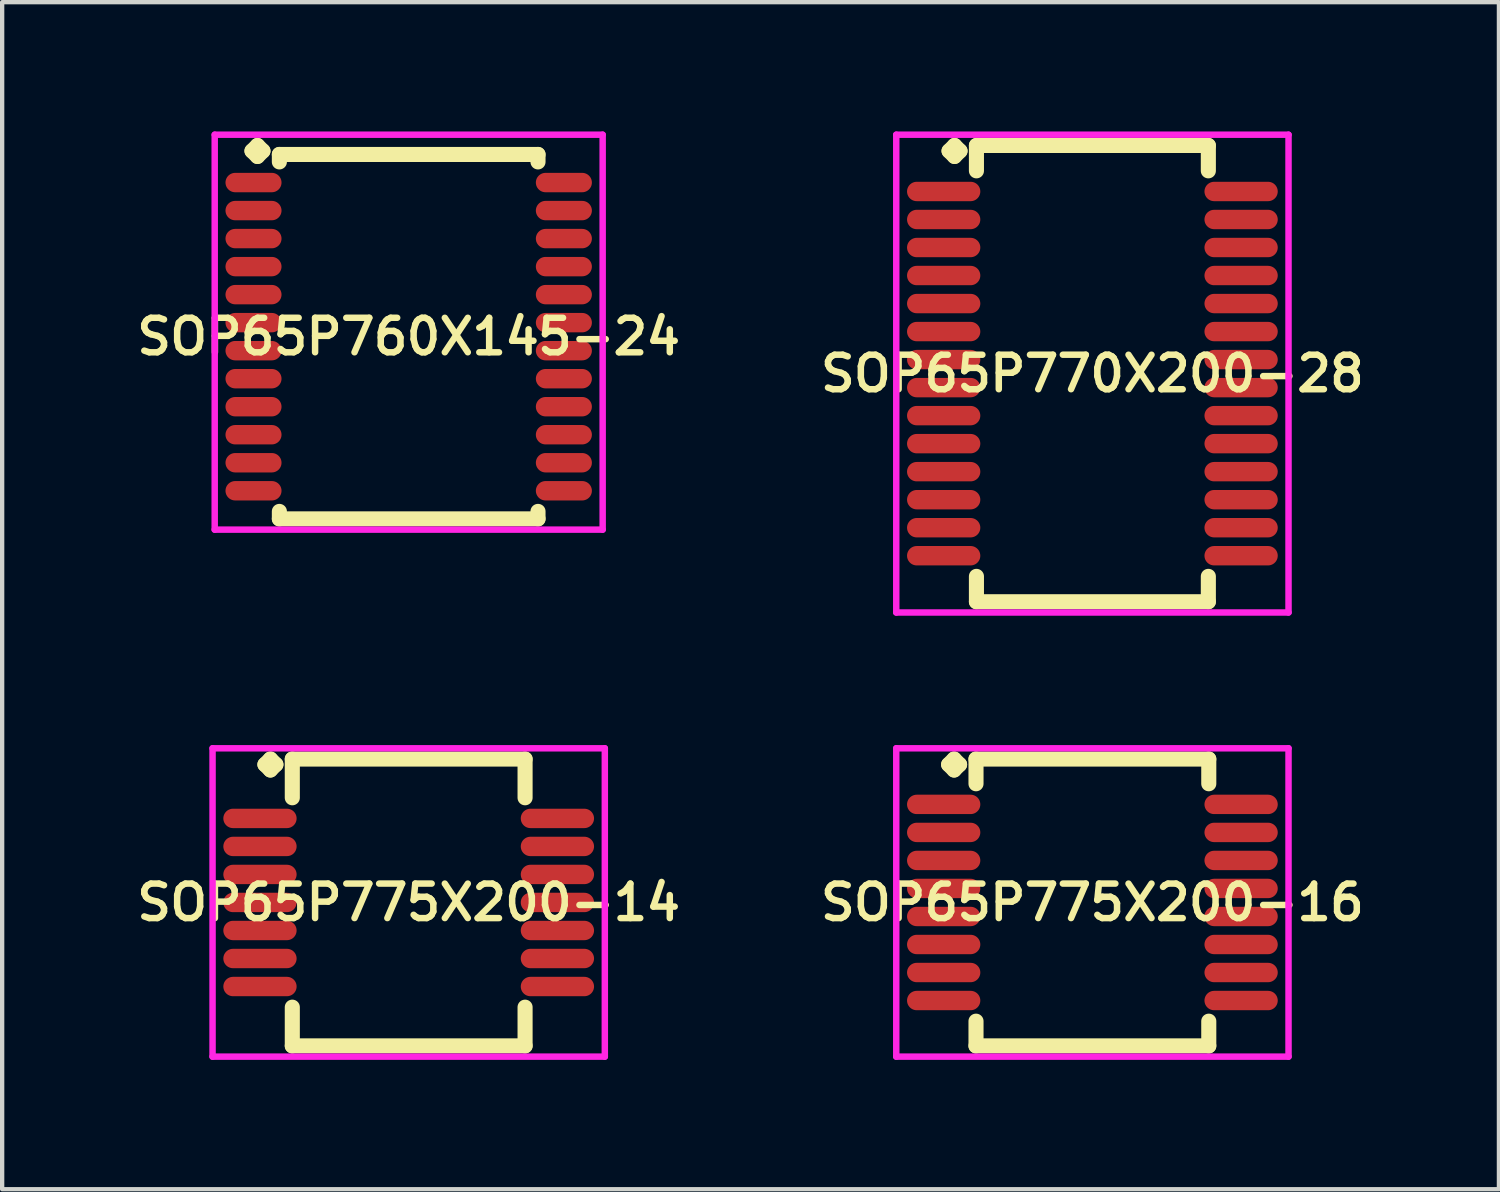
<source format=kicad_pcb>
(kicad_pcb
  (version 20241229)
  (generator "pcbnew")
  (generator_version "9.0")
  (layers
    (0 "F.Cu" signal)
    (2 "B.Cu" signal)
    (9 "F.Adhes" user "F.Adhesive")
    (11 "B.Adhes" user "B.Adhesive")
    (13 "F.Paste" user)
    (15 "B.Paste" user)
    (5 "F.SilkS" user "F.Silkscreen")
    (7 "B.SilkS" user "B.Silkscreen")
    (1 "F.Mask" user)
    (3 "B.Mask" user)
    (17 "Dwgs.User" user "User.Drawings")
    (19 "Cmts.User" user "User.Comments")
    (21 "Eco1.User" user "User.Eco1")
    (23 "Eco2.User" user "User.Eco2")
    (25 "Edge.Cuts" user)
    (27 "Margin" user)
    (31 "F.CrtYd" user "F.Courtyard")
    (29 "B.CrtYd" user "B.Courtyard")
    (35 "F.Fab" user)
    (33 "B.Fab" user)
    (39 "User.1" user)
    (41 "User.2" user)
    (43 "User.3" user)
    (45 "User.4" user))
  (footprint "SOP65P770X200-28"
    (layer "F.Cu")
    (at 22.292 5.617)
    (property "Reference" "SOP65P770X200-28" (at 0 0 0) (layer "F.SilkS") (effects (font (size 0.8 0.8) (thickness 0.15))))
    (attr smd)
    (fp_line (start -3.325 -5.165) (end -3.198 -5.292) (stroke (width 0.35) (type solid)) (layer "F.SilkS"))
    (fp_line (start -3.198 -5.292) (end -3.071 -5.165) (stroke (width 0.35) (type solid)) (layer "F.SilkS"))
    (fp_line (start -3.198 -5.038) (end -3.325 -5.165) (stroke (width 0.35) (type solid)) (layer "F.SilkS"))
    (fp_line (start -3.071 -5.165) (end -3.198 -5.038) (stroke (width 0.35) (type solid)) (layer "F.SilkS"))
    (fp_line (start -2.69 -5.292) (end 2.69 -5.292) (stroke (width 0.35) (type solid)) (layer "F.SilkS"))
    (fp_line (start -2.69 -4.704) (end -2.69 -5.292) (stroke (width 0.35) (type solid)) (layer "F.SilkS"))
    (fp_line (start -2.69 4.704) (end -2.69 5.292) (stroke (width 0.35) (type solid)) (layer "F.SilkS"))
    (fp_line (start -2.69 5.292) (end 2.69 5.292) (stroke (width 0.35) (type solid)) (layer "F.SilkS"))
    (fp_line (start 2.69 -5.292) (end 2.69 -4.704) (stroke (width 0.35) (type solid)) (layer "F.SilkS"))
    (fp_line (start 2.69 5.292) (end 2.69 4.704) (stroke (width 0.35) (type solid)) (layer "F.SilkS"))
    (fp_line (start -4.55 -5.542) (end 4.55 -5.542) (stroke (width 0.15) (type solid)) (layer "F.CrtYd"))
    (fp_line (start -4.55 5.542) (end -4.55 -5.542) (stroke (width 0.15) (type solid)) (layer "F.CrtYd"))
    (fp_line (start 4.55 -5.542) (end 4.55 5.542) (stroke (width 0.15) (type solid)) (layer "F.CrtYd"))
    (fp_line (start 4.55 5.542) (end -4.55 5.542) (stroke (width 0.15) (type solid)) (layer "F.CrtYd"))
    (pad "1" smd oval (at -3.45 -4.225) (size 1.7 0.45) (layers "F.Cu" "F.Mask" "F.Paste"))
    (pad "2" smd oval (at -3.45 -3.575) (size 1.7 0.45) (layers "F.Cu" "F.Mask" "F.Paste"))
    (pad "3" smd oval (at -3.45 -2.925) (size 1.7 0.45) (layers "F.Cu" "F.Mask" "F.Paste"))
    (pad "4" smd oval (at -3.45 -2.275) (size 1.7 0.45) (layers "F.Cu" "F.Mask" "F.Paste"))
    (pad "5" smd oval (at -3.45 -1.625) (size 1.7 0.45) (layers "F.Cu" "F.Mask" "F.Paste"))
    (pad "6" smd oval (at -3.45 -0.975) (size 1.7 0.45) (layers "F.Cu" "F.Mask" "F.Paste"))
    (pad "7" smd oval (at -3.45 -0.325) (size 1.7 0.45) (layers "F.Cu" "F.Mask" "F.Paste"))
    (pad "8" smd oval (at -3.45 0.325) (size 1.7 0.45) (layers "F.Cu" "F.Mask" "F.Paste"))
    (pad "9" smd oval (at -3.45 0.975) (size 1.7 0.45) (layers "F.Cu" "F.Mask" "F.Paste"))
    (pad "10" smd oval (at -3.45 1.625) (size 1.7 0.45) (layers "F.Cu" "F.Mask" "F.Paste"))
    (pad "11" smd oval (at -3.45 2.275) (size 1.7 0.45) (layers "F.Cu" "F.Mask" "F.Paste"))
    (pad "12" smd oval (at -3.45 2.925) (size 1.7 0.45) (layers "F.Cu" "F.Mask" "F.Paste"))
    (pad "13" smd oval (at -3.45 3.575) (size 1.7 0.45) (layers "F.Cu" "F.Mask" "F.Paste"))
    (pad "14" smd oval (at -3.45 4.225) (size 1.7 0.45) (layers "F.Cu" "F.Mask" "F.Paste"))
    (pad "15" smd oval (at 3.45 4.225) (size 1.7 0.45) (layers "F.Cu" "F.Mask" "F.Paste"))
    (pad "16" smd oval (at 3.45 3.575) (size 1.7 0.45) (layers "F.Cu" "F.Mask" "F.Paste"))
    (pad "17" smd oval (at 3.45 2.925) (size 1.7 0.45) (layers "F.Cu" "F.Mask" "F.Paste"))
    (pad "18" smd oval (at 3.45 2.275) (size 1.7 0.45) (layers "F.Cu" "F.Mask" "F.Paste"))
    (pad "19" smd oval (at 3.45 1.625) (size 1.7 0.45) (layers "F.Cu" "F.Mask" "F.Paste"))
    (pad "20" smd oval (at 3.45 0.975) (size 1.7 0.45) (layers "F.Cu" "F.Mask" "F.Paste"))
    (pad "21" smd oval (at 3.45 0.325) (size 1.7 0.45) (layers "F.Cu" "F.Mask" "F.Paste"))
    (pad "22" smd oval (at 3.45 -0.325) (size 1.7 0.45) (layers "F.Cu" "F.Mask" "F.Paste"))
    (pad "23" smd oval (at 3.45 -0.975) (size 1.7 0.45) (layers "F.Cu" "F.Mask" "F.Paste"))
    (pad "24" smd oval (at 3.45 -1.625) (size 1.7 0.45) (layers "F.Cu" "F.Mask" "F.Paste"))
    (pad "25" smd oval (at 3.45 -2.275) (size 1.7 0.45) (layers "F.Cu" "F.Mask" "F.Paste"))
    (pad "26" smd oval (at 3.45 -2.925) (size 1.7 0.45) (layers "F.Cu" "F.Mask" "F.Paste"))
    (pad "27" smd oval (at 3.45 -3.575) (size 1.7 0.45) (layers "F.Cu" "F.Mask" "F.Paste"))
    (pad "28" smd oval (at 3.45 -4.225) (size 1.7 0.45) (layers "F.Cu" "F.Mask" "F.Paste")))
  (footprint "SOP65P775X200-14"
    (layer "F.Cu")
    (at 6.431 17.886)
    (property "Reference" "SOP65P775X200-14" (at 0 0 0) (layer "F.SilkS") (effects (font (size 0.8 0.8) (thickness 0.15))))
    (attr smd)
    (fp_line (start -3.335 -3.2) (end -3.208 -3.327) (stroke (width 0.35) (type solid)) (layer "F.SilkS"))
    (fp_line (start -3.208 -3.327) (end -3.081 -3.2) (stroke (width 0.35) (type solid)) (layer "F.SilkS"))
    (fp_line (start -3.208 -3.073) (end -3.335 -3.2) (stroke (width 0.35) (type solid)) (layer "F.SilkS"))
    (fp_line (start -3.081 -3.2) (end -3.208 -3.073) (stroke (width 0.35) (type solid)) (layer "F.SilkS"))
    (fp_line (start -2.7 -3.327) (end 2.7 -3.327) (stroke (width 0.35) (type solid)) (layer "F.SilkS"))
    (fp_line (start -2.7 -2.429) (end -2.7 -3.327) (stroke (width 0.35) (type solid)) (layer "F.SilkS"))
    (fp_line (start -2.7 2.429) (end -2.7 3.327) (stroke (width 0.35) (type solid)) (layer "F.SilkS"))
    (fp_line (start -2.7 3.327) (end 2.7 3.327) (stroke (width 0.35) (type solid)) (layer "F.SilkS"))
    (fp_line (start 2.7 -3.327) (end 2.7 -2.429) (stroke (width 0.35) (type solid)) (layer "F.SilkS"))
    (fp_line (start 2.7 3.327) (end 2.7 2.429) (stroke (width 0.35) (type solid)) (layer "F.SilkS"))
    (fp_line (start -4.55 -3.577) (end 4.55 -3.577) (stroke (width 0.15) (type solid)) (layer "F.CrtYd"))
    (fp_line (start -4.55 3.577) (end -4.55 -3.577) (stroke (width 0.15) (type solid)) (layer "F.CrtYd"))
    (fp_line (start 4.55 -3.577) (end 4.55 3.577) (stroke (width 0.15) (type solid)) (layer "F.CrtYd"))
    (fp_line (start 4.55 3.577) (end -4.55 3.577) (stroke (width 0.15) (type solid)) (layer "F.CrtYd"))
    (pad "1" smd oval (at -3.45 -1.95) (size 1.7 0.45) (layers "F.Cu" "F.Mask" "F.Paste"))
    (pad "2" smd oval (at -3.45 -1.3) (size 1.7 0.45) (layers "F.Cu" "F.Mask" "F.Paste"))
    (pad "3" smd oval (at -3.45 -0.65) (size 1.7 0.45) (layers "F.Cu" "F.Mask" "F.Paste"))
    (pad "4" smd oval (at -3.45 0) (size 1.7 0.45) (layers "F.Cu" "F.Mask" "F.Paste"))
    (pad "5" smd oval (at -3.45 0.65) (size 1.7 0.45) (layers "F.Cu" "F.Mask" "F.Paste"))
    (pad "6" smd oval (at -3.45 1.3) (size 1.7 0.45) (layers "F.Cu" "F.Mask" "F.Paste"))
    (pad "7" smd oval (at -3.45 1.95) (size 1.7 0.45) (layers "F.Cu" "F.Mask" "F.Paste"))
    (pad "8" smd oval (at 3.45 1.95) (size 1.7 0.45) (layers "F.Cu" "F.Mask" "F.Paste"))
    (pad "9" smd oval (at 3.45 1.3) (size 1.7 0.45) (layers "F.Cu" "F.Mask" "F.Paste"))
    (pad "10" smd oval (at 3.45 0.65) (size 1.7 0.45) (layers "F.Cu" "F.Mask" "F.Paste"))
    (pad "11" smd oval (at 3.45 0) (size 1.7 0.45) (layers "F.Cu" "F.Mask" "F.Paste"))
    (pad "12" smd oval (at 3.45 -0.65) (size 1.7 0.45) (layers "F.Cu" "F.Mask" "F.Paste"))
    (pad "13" smd oval (at 3.45 -1.3) (size 1.7 0.45) (layers "F.Cu" "F.Mask" "F.Paste"))
    (pad "14" smd oval (at 3.45 -1.95) (size 1.7 0.45) (layers "F.Cu" "F.Mask" "F.Paste")))
  (footprint "SOP65P775X200-16"
    (layer "F.Cu")
    (at 22.292 17.886)
    (property "Reference" "SOP65P775X200-16" (at 0 0 0) (layer "F.SilkS") (effects (font (size 0.8 0.8) (thickness 0.15))))
    (attr smd)
    (fp_line (start -3.335 -3.2) (end -3.208 -3.327) (stroke (width 0.35) (type solid)) (layer "F.SilkS"))
    (fp_line (start -3.208 -3.327) (end -3.081 -3.2) (stroke (width 0.35) (type solid)) (layer "F.SilkS"))
    (fp_line (start -3.208 -3.073) (end -3.335 -3.2) (stroke (width 0.35) (type solid)) (layer "F.SilkS"))
    (fp_line (start -3.081 -3.2) (end -3.208 -3.073) (stroke (width 0.35) (type solid)) (layer "F.SilkS"))
    (fp_line (start -2.7 -3.327) (end 2.7 -3.327) (stroke (width 0.35) (type solid)) (layer "F.SilkS"))
    (fp_line (start -2.7 -2.754) (end -2.7 -3.327) (stroke (width 0.35) (type solid)) (layer "F.SilkS"))
    (fp_line (start -2.7 2.754) (end -2.7 3.327) (stroke (width 0.35) (type solid)) (layer "F.SilkS"))
    (fp_line (start -2.7 3.327) (end 2.7 3.327) (stroke (width 0.35) (type solid)) (layer "F.SilkS"))
    (fp_line (start 2.7 -3.327) (end 2.7 -2.754) (stroke (width 0.35) (type solid)) (layer "F.SilkS"))
    (fp_line (start 2.7 3.327) (end 2.7 2.754) (stroke (width 0.35) (type solid)) (layer "F.SilkS"))
    (fp_line (start -4.55 -3.577) (end 4.55 -3.577) (stroke (width 0.15) (type solid)) (layer "F.CrtYd"))
    (fp_line (start -4.55 3.577) (end -4.55 -3.577) (stroke (width 0.15) (type solid)) (layer "F.CrtYd"))
    (fp_line (start 4.55 -3.577) (end 4.55 3.577) (stroke (width 0.15) (type solid)) (layer "F.CrtYd"))
    (fp_line (start 4.55 3.577) (end -4.55 3.577) (stroke (width 0.15) (type solid)) (layer "F.CrtYd"))
    (pad "1" smd oval (at -3.45 -2.275) (size 1.7 0.45) (layers "F.Cu" "F.Mask" "F.Paste"))
    (pad "2" smd oval (at -3.45 -1.625) (size 1.7 0.45) (layers "F.Cu" "F.Mask" "F.Paste"))
    (pad "3" smd oval (at -3.45 -0.975) (size 1.7 0.45) (layers "F.Cu" "F.Mask" "F.Paste"))
    (pad "4" smd oval (at -3.45 -0.325) (size 1.7 0.45) (layers "F.Cu" "F.Mask" "F.Paste"))
    (pad "5" smd oval (at -3.45 0.325) (size 1.7 0.45) (layers "F.Cu" "F.Mask" "F.Paste"))
    (pad "6" smd oval (at -3.45 0.975) (size 1.7 0.45) (layers "F.Cu" "F.Mask" "F.Paste"))
    (pad "7" smd oval (at -3.45 1.625) (size 1.7 0.45) (layers "F.Cu" "F.Mask" "F.Paste"))
    (pad "8" smd oval (at -3.45 2.275) (size 1.7 0.45) (layers "F.Cu" "F.Mask" "F.Paste"))
    (pad "9" smd oval (at 3.45 2.275) (size 1.7 0.45) (layers "F.Cu" "F.Mask" "F.Paste"))
    (pad "10" smd oval (at 3.45 1.625) (size 1.7 0.45) (layers "F.Cu" "F.Mask" "F.Paste"))
    (pad "11" smd oval (at 3.45 0.975) (size 1.7 0.45) (layers "F.Cu" "F.Mask" "F.Paste"))
    (pad "12" smd oval (at 3.45 0.325) (size 1.7 0.45) (layers "F.Cu" "F.Mask" "F.Paste"))
    (pad "13" smd oval (at 3.45 -0.325) (size 1.7 0.45) (layers "F.Cu" "F.Mask" "F.Paste"))
    (pad "14" smd oval (at 3.45 -0.975) (size 1.7 0.45) (layers "F.Cu" "F.Mask" "F.Paste"))
    (pad "15" smd oval (at 3.45 -1.625) (size 1.7 0.45) (layers "F.Cu" "F.Mask" "F.Paste"))
    (pad "16" smd oval (at 3.45 -2.275) (size 1.7 0.45) (layers "F.Cu" "F.Mask" "F.Paste")))
  (footprint "SOP65P760X145-24"
    (layer "F.Cu")
    (at 6.431 4.76)
    (property "Reference" "SOP65P760X145-24" (at 0 0 0) (layer "F.SilkS") (effects (font (size 0.8 0.8) (thickness 0.15))))
    (attr smd)
    (fp_line (start -3.635 -4.308) (end -3.508 -4.435) (stroke (width 0.35) (type solid)) (layer "F.SilkS"))
    (fp_line (start -3.508 -4.435) (end -3.381 -4.308) (stroke (width 0.35) (type solid)) (layer "F.SilkS"))
    (fp_line (start -3.508 -4.181) (end -3.635 -4.308) (stroke (width 0.35) (type solid)) (layer "F.SilkS"))
    (fp_line (start -3.381 -4.308) (end -3.508 -4.181) (stroke (width 0.35) (type solid)) (layer "F.SilkS"))
    (fp_line (start -3 -4.227) (end 3 -4.227) (stroke (width 0.35) (type solid)) (layer "F.SilkS"))
    (fp_line (start -3 -4.054) (end -3 -4.227) (stroke (width 0.35) (type solid)) (layer "F.SilkS"))
    (fp_line (start -3 4.054) (end -3 4.227) (stroke (width 0.35) (type solid)) (layer "F.SilkS"))
    (fp_line (start -3 4.227) (end 3 4.227) (stroke (width 0.35) (type solid)) (layer "F.SilkS"))
    (fp_line (start 3 -4.227) (end 3 -4.054) (stroke (width 0.35) (type solid)) (layer "F.SilkS"))
    (fp_line (start 3 4.227) (end 3 4.054) (stroke (width 0.35) (type solid)) (layer "F.SilkS"))
    (fp_line (start -4.5 -4.685) (end 4.5 -4.685) (stroke (width 0.15) (type solid)) (layer "F.CrtYd"))
    (fp_line (start -4.5 4.477) (end -4.5 -4.685) (stroke (width 0.15) (type solid)) (layer "F.CrtYd"))
    (fp_line (start 4.5 -4.685) (end 4.5 4.477) (stroke (width 0.15) (type solid)) (layer "F.CrtYd"))
    (fp_line (start 4.5 4.477) (end -4.5 4.477) (stroke (width 0.15) (type solid)) (layer "F.CrtYd"))
    (pad "1" smd oval (at -3.6 -3.575) (size 1.3 0.45) (layers "F.Cu" "F.Mask" "F.Paste"))
    (pad "2" smd oval (at -3.6 -2.925) (size 1.3 0.45) (layers "F.Cu" "F.Mask" "F.Paste"))
    (pad "3" smd oval (at -3.6 -2.275) (size 1.3 0.45) (layers "F.Cu" "F.Mask" "F.Paste"))
    (pad "4" smd oval (at -3.6 -1.625) (size 1.3 0.45) (layers "F.Cu" "F.Mask" "F.Paste"))
    (pad "5" smd oval (at -3.6 -0.975) (size 1.3 0.45) (layers "F.Cu" "F.Mask" "F.Paste"))
    (pad "6" smd oval (at -3.6 -0.325) (size 1.3 0.45) (layers "F.Cu" "F.Mask" "F.Paste"))
    (pad "7" smd oval (at -3.6 0.325) (size 1.3 0.45) (layers "F.Cu" "F.Mask" "F.Paste"))
    (pad "8" smd oval (at -3.6 0.975) (size 1.3 0.45) (layers "F.Cu" "F.Mask" "F.Paste"))
    (pad "9" smd oval (at -3.6 1.625) (size 1.3 0.45) (layers "F.Cu" "F.Mask" "F.Paste"))
    (pad "10" smd oval (at -3.6 2.275) (size 1.3 0.45) (layers "F.Cu" "F.Mask" "F.Paste"))
    (pad "11" smd oval (at -3.6 2.925) (size 1.3 0.45) (layers "F.Cu" "F.Mask" "F.Paste"))
    (pad "12" smd oval (at -3.6 3.575) (size 1.3 0.45) (layers "F.Cu" "F.Mask" "F.Paste"))
    (pad "13" smd oval (at 3.6 3.575) (size 1.3 0.45) (layers "F.Cu" "F.Mask" "F.Paste"))
    (pad "14" smd oval (at 3.6 2.925) (size 1.3 0.45) (layers "F.Cu" "F.Mask" "F.Paste"))
    (pad "15" smd oval (at 3.6 2.275) (size 1.3 0.45) (layers "F.Cu" "F.Mask" "F.Paste"))
    (pad "16" smd oval (at 3.6 1.625) (size 1.3 0.45) (layers "F.Cu" "F.Mask" "F.Paste"))
    (pad "17" smd oval (at 3.6 0.975) (size 1.3 0.45) (layers "F.Cu" "F.Mask" "F.Paste"))
    (pad "18" smd oval (at 3.6 0.325) (size 1.3 0.45) (layers "F.Cu" "F.Mask" "F.Paste"))
    (pad "19" smd oval (at 3.6 -0.325) (size 1.3 0.45) (layers "F.Cu" "F.Mask" "F.Paste"))
    (pad "20" smd oval (at 3.6 -0.975) (size 1.3 0.45) (layers "F.Cu" "F.Mask" "F.Paste"))
    (pad "21" smd oval (at 3.6 -1.625) (size 1.3 0.45) (layers "F.Cu" "F.Mask" "F.Paste"))
    (pad "22" smd oval (at 3.6 -2.275) (size 1.3 0.45) (layers "F.Cu" "F.Mask" "F.Paste"))
    (pad "23" smd oval (at 3.6 -2.925) (size 1.3 0.45) (layers "F.Cu" "F.Mask" "F.Paste"))
    (pad "24" smd oval (at 3.6 -3.575) (size 1.3 0.45) (layers "F.Cu" "F.Mask" "F.Paste")))
  (gr_rect
    (start -3 -3)
    (end 31.723 24.538)
    (stroke (width 0.1) (type default))
    (fill no)
    (layer "Edge.Cuts")))
</source>
